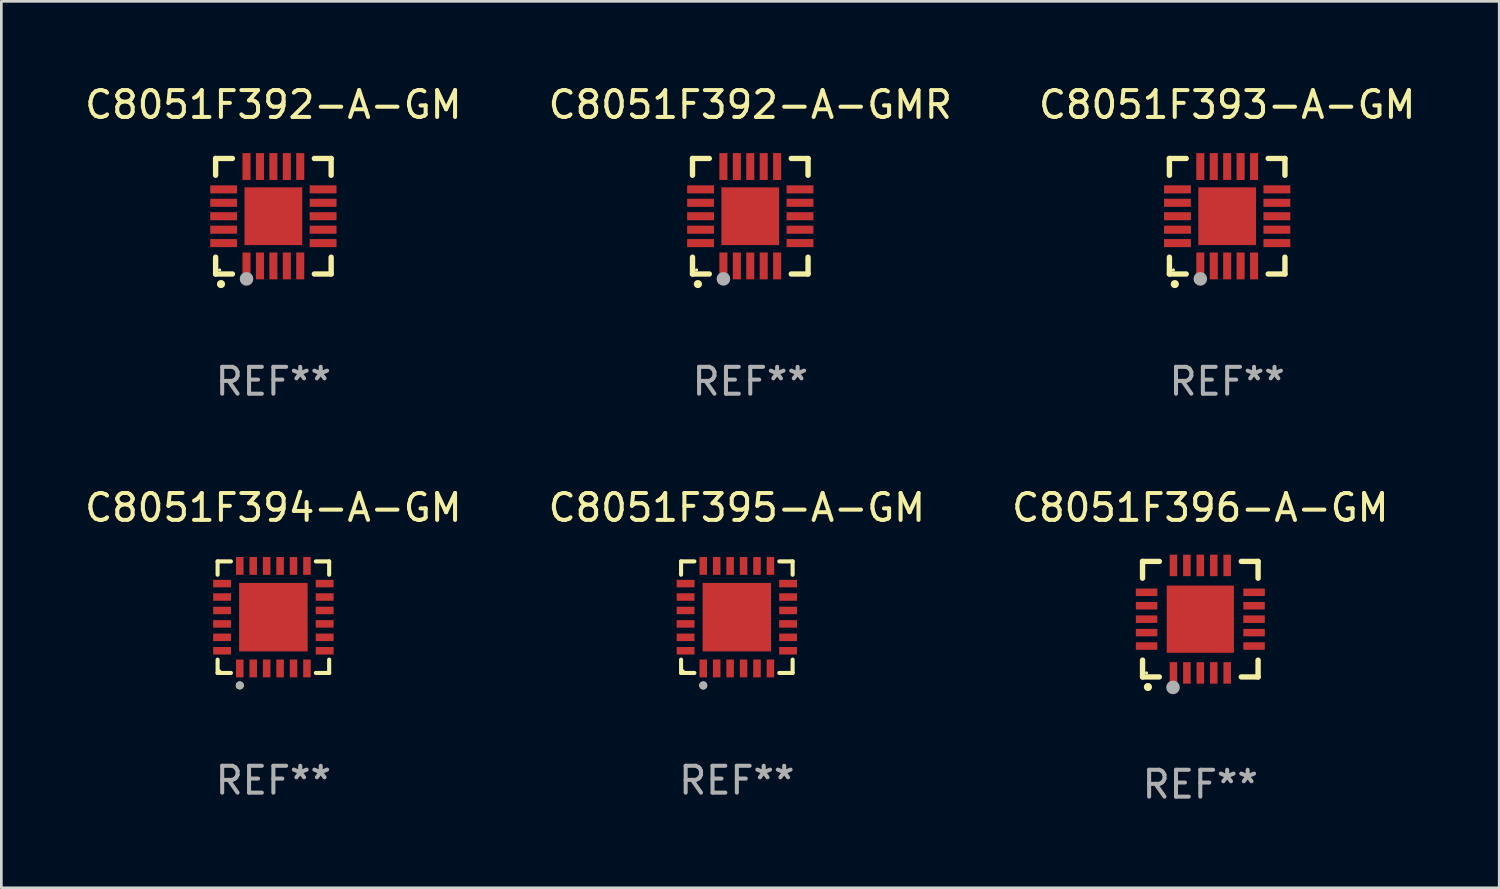
<source format=kicad_pcb>
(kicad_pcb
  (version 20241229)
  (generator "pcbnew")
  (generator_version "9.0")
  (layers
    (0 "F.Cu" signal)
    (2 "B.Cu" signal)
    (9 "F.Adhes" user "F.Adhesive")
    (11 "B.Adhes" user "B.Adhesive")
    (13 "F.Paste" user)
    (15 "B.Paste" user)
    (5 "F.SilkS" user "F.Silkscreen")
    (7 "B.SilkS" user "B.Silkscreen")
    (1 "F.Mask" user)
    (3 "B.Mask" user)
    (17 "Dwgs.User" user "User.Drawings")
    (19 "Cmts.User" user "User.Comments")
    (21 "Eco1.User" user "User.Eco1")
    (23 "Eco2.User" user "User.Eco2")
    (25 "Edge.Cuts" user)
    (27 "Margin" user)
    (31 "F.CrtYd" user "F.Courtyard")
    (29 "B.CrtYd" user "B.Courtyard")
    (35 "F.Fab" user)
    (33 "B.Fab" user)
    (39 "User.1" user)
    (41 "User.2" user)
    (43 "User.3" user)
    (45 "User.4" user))
  (footprint "C8051F395-A-GM"
    (layer "F.Cu")
    (at 24.375 19.921)
    (property "Reference" "C8051F395-A-GM" (at 0 -4.076 0) (layer "F.SilkS") (effects (font (size 1 1) (thickness 0.15))))
    (attr through_hole)
    (fp_line (start -2.076 -2.076) (end -1.58 -2.076) (stroke (width 0.152) (type solid)) (layer "F.SilkS"))
    (fp_line (start -2.076 -1.58) (end -2.076 -2.076) (stroke (width 0.152) (type solid)) (layer "F.SilkS"))
    (fp_line (start -2.076 1.58) (end -2.076 2.076) (stroke (width 0.152) (type solid)) (layer "F.SilkS"))
    (fp_line (start -2.076 2.076) (end -1.58 2.076) (stroke (width 0.152) (type solid)) (layer "F.SilkS"))
    (fp_line (start 2.076 -2.076) (end 1.58 -2.076) (stroke (width 0.152) (type solid)) (layer "F.SilkS"))
    (fp_line (start 2.076 -1.58) (end 2.076 -2.076) (stroke (width 0.152) (type solid)) (layer "F.SilkS"))
    (fp_line (start 2.076 1.58) (end 2.076 2.076) (stroke (width 0.152) (type solid)) (layer "F.SilkS"))
    (fp_line (start 2.076 2.076) (end 1.58 2.076) (stroke (width 0.152) (type solid)) (layer "F.SilkS"))
    (fp_circle (center -2 2) (end -1.97 2) (stroke (width 0.06) (type solid)) (fill no) (layer "F.SilkS"))
    (fp_circle (center -1.25 2.54) (end -1.175 2.54) (stroke (width 0.15) (type solid)) (fill no) (layer "F.SilkS"))
    (fp_circle (center -1.25 2.54) (end -1.175 2.54) (stroke (width 0.15) (type solid)) (fill no) (layer "F.Fab"))
    (fp_text user "REF**" (at 0 6.076 0) (layer "F.Fab") (effects (font (size 1 1) (thickness 0.15))))
    (pad "1" smd rect (at -1.25 1.908) (size 0.28 0.665) (layers "F.Cu" "F.Mask" "F.Paste"))
    (pad "2" smd rect (at -0.75 1.908) (size 0.28 0.665) (layers "F.Cu" "F.Mask" "F.Paste"))
    (pad "3" smd rect (at -0.25 1.908) (size 0.28 0.665) (layers "F.Cu" "F.Mask" "F.Paste"))
    (pad "4" smd rect (at 0.25 1.908) (size 0.28 0.665) (layers "F.Cu" "F.Mask" "F.Paste"))
    (pad "5" smd rect (at 0.75 1.908) (size 0.28 0.665) (layers "F.Cu" "F.Mask" "F.Paste"))
    (pad "6" smd rect (at 1.25 1.908) (size 0.28 0.665) (layers "F.Cu" "F.Mask" "F.Paste"))
    (pad "7" smd rect (at 1.908 1.25) (size 0.665 0.28) (layers "F.Cu" "F.Mask" "F.Paste"))
    (pad "8" smd rect (at 1.908 0.75) (size 0.665 0.28) (layers "F.Cu" "F.Mask" "F.Paste"))
    (pad "9" smd rect (at 1.908 0.25) (size 0.665 0.28) (layers "F.Cu" "F.Mask" "F.Paste"))
    (pad "10" smd rect (at 1.908 -0.25) (size 0.665 0.28) (layers "F.Cu" "F.Mask" "F.Paste"))
    (pad "11" smd rect (at 1.908 -0.75) (size 0.665 0.28) (layers "F.Cu" "F.Mask" "F.Paste"))
    (pad "12" smd rect (at 1.908 -1.25) (size 0.665 0.28) (layers "F.Cu" "F.Mask" "F.Paste"))
    (pad "13" smd rect (at 1.25 -1.908) (size 0.28 0.665) (layers "F.Cu" "F.Mask" "F.Paste"))
    (pad "14" smd rect (at 0.75 -1.908) (size 0.28 0.665) (layers "F.Cu" "F.Mask" "F.Paste"))
    (pad "15" smd rect (at 0.25 -1.908) (size 0.28 0.665) (layers "F.Cu" "F.Mask" "F.Paste"))
    (pad "16" smd rect (at -0.25 -1.908) (size 0.28 0.665) (layers "F.Cu" "F.Mask" "F.Paste"))
    (pad "17" smd rect (at -0.75 -1.908) (size 0.28 0.665) (layers "F.Cu" "F.Mask" "F.Paste"))
    (pad "18" smd rect (at -1.25 -1.908) (size 0.28 0.665) (layers "F.Cu" "F.Mask" "F.Paste"))
    (pad "19" smd rect (at -1.908 -1.25) (size 0.665 0.28) (layers "F.Cu" "F.Mask" "F.Paste"))
    (pad "20" smd rect (at -1.908 -0.75) (size 0.665 0.28) (layers "F.Cu" "F.Mask" "F.Paste"))
    (pad "21" smd rect (at -1.908 -0.25) (size 0.665 0.28) (layers "F.Cu" "F.Mask" "F.Paste"))
    (pad "22" smd rect (at -1.908 0.25) (size 0.665 0.28) (layers "F.Cu" "F.Mask" "F.Paste"))
    (pad "23" smd rect (at -1.908 0.75) (size 0.665 0.28) (layers "F.Cu" "F.Mask" "F.Paste"))
    (pad "24" smd rect (at -1.908 1.25) (size 0.665 0.28) (layers "F.Cu" "F.Mask" "F.Paste"))
    (pad "25" smd rect (at 0 0) (size 2.55 2.55) (layers "F.Cu" "F.Mask" "F.Paste")))
  (footprint "C8051F392-A-GM"
    (layer "F.Cu")
    (at 7.125 4.998)
    (property "Reference" "C8051F392-A-GM" (at 0 -4.15 0) (layer "F.SilkS") (effects (font (size 1 1) (thickness 0.15))))
    (attr through_hole)
    (fp_line (start -2.15 -2.15) (end -2.15 -1.525) (stroke (width 0.2) (type solid)) (layer "F.SilkS"))
    (fp_line (start -2.15 2.15) (end -2.15 1.525) (stroke (width 0.2) (type solid)) (layer "F.SilkS"))
    (fp_line (start -1.525 -2.15) (end -2.15 -2.15) (stroke (width 0.2) (type solid)) (layer "F.SilkS"))
    (fp_line (start -1.525 2.15) (end -2.15 2.15) (stroke (width 0.2) (type solid)) (layer "F.SilkS"))
    (fp_line (start 1.525 2.15) (end 2.15 2.15) (stroke (width 0.2) (type solid)) (layer "F.SilkS"))
    (fp_line (start 2.15 -2.15) (end 1.525 -2.15) (stroke (width 0.2) (type solid)) (layer "F.SilkS"))
    (fp_line (start 2.15 -1.525) (end 2.15 -2.15) (stroke (width 0.2) (type solid)) (layer "F.SilkS"))
    (fp_line (start 2.15 2.15) (end 2.15 1.525) (stroke (width 0.2) (type solid)) (layer "F.SilkS"))
    (fp_arc (start -1.950724 2.524765) (mid -1.949454 2.52476) (end -1.948184 2.524765) (stroke (width 0.3) (type solid)) (layer "F.SilkS"))
    (fp_circle (center -2 2) (end -1.97 2) (stroke (width 0.06) (type solid)) (fill no) (layer "F.SilkS"))
    (fp_circle (center -1 2.332) (end -0.873 2.332) (stroke (width 0.254) (type solid)) (fill no) (layer "F.Fab"))
    (fp_text user "REF**" (at 0 6.15 0) (layer "F.Fab") (effects (font (size 1 1) (thickness 0.15))))
    (pad "1" smd rect (at -1 1.85 180) (size 0.3 1) (layers "F.Cu" "F.Mask" "F.Paste"))
    (pad "2" smd rect (at -0.5 1.85 180) (size 0.3 1) (layers "F.Cu" "F.Mask" "F.Paste"))
    (pad "3" smd rect (at 0 1.85 180) (size 0.3 1) (layers "F.Cu" "F.Mask" "F.Paste"))
    (pad "4" smd rect (at 0.5 1.85 180) (size 0.3 1) (layers "F.Cu" "F.Mask" "F.Paste"))
    (pad "5" smd rect (at 1 1.85 180) (size 0.3 1) (layers "F.Cu" "F.Mask" "F.Paste"))
    (pad "6" smd rect (at 1.85 1 90) (size 0.3 1) (layers "F.Cu" "F.Mask" "F.Paste"))
    (pad "7" smd rect (at 1.85 0.5 90) (size 0.3 1) (layers "F.Cu" "F.Mask" "F.Paste"))
    (pad "8" smd rect (at 1.85 0 90) (size 0.3 1) (layers "F.Cu" "F.Mask" "F.Paste"))
    (pad "9" smd rect (at 1.85 -0.5 90) (size 0.3 1) (layers "F.Cu" "F.Mask" "F.Paste"))
    (pad "10" smd rect (at 1.85 -1 90) (size 0.3 1) (layers "F.Cu" "F.Mask" "F.Paste"))
    (pad "11" smd rect (at 1 -1.85 180) (size 0.3 1) (layers "F.Cu" "F.Mask" "F.Paste"))
    (pad "12" smd rect (at 0.5 -1.85 180) (size 0.3 1) (layers "F.Cu" "F.Mask" "F.Paste"))
    (pad "13" smd rect (at 0 -1.85 180) (size 0.3 1) (layers "F.Cu" "F.Mask" "F.Paste"))
    (pad "14" smd rect (at -0.5 -1.85 180) (size 0.3 1) (layers "F.Cu" "F.Mask" "F.Paste"))
    (pad "15" smd rect (at -1 -1.85 180) (size 0.3 1) (layers "F.Cu" "F.Mask" "F.Paste"))
    (pad "16" smd rect (at -1.85 -1 90) (size 0.3 1) (layers "F.Cu" "F.Mask" "F.Paste"))
    (pad "17" smd rect (at -1.85 -0.5 90) (size 0.3 1) (layers "F.Cu" "F.Mask" "F.Paste"))
    (pad "18" smd rect (at -1.85 0 90) (size 0.3 1) (layers "F.Cu" "F.Mask" "F.Paste"))
    (pad "19" smd rect (at -1.85 0.5 90) (size 0.3 1) (layers "F.Cu" "F.Mask" "F.Paste"))
    (pad "20" smd rect (at -1.85 1 90) (size 0.3 1) (layers "F.Cu" "F.Mask" "F.Paste"))
    (pad "21" smd rect (at 0 0 90) (size 2.15 2.15) (layers "F.Cu" "F.Mask" "F.Paste")))
  (footprint "C8051F396-A-GM"
    (layer "F.Cu")
    (at 41.625 19.995)
    (property "Reference" "C8051F396-A-GM" (at 0 -4.15 0) (layer "F.SilkS") (effects (font (size 1 1) (thickness 0.15))))
    (attr through_hole)
    (fp_line (start -2.15 -2.15) (end -2.15 -1.525) (stroke (width 0.2) (type solid)) (layer "F.SilkS"))
    (fp_line (start -2.15 2.15) (end -2.15 1.525) (stroke (width 0.2) (type solid)) (layer "F.SilkS"))
    (fp_line (start -1.525 -2.15) (end -2.15 -2.15) (stroke (width 0.2) (type solid)) (layer "F.SilkS"))
    (fp_line (start -1.525 2.15) (end -2.15 2.15) (stroke (width 0.2) (type solid)) (layer "F.SilkS"))
    (fp_line (start 1.525 2.15) (end 2.15 2.15) (stroke (width 0.2) (type solid)) (layer "F.SilkS"))
    (fp_line (start 2.15 -2.15) (end 1.525 -2.15) (stroke (width 0.2) (type solid)) (layer "F.SilkS"))
    (fp_line (start 2.15 -1.525) (end 2.15 -2.15) (stroke (width 0.2) (type solid)) (layer "F.SilkS"))
    (fp_line (start 2.15 2.15) (end 2.15 1.525) (stroke (width 0.2) (type solid)) (layer "F.SilkS"))
    (fp_arc (start -1.950724 2.524765) (mid -1.949454 2.52476) (end -1.948184 2.524765) (stroke (width 0.3) (type solid)) (layer "F.SilkS"))
    (fp_circle (center -2 2) (end -1.97 2) (stroke (width 0.06) (type solid)) (fill no) (layer "F.SilkS"))
    (fp_circle (center -1.016 2.54) (end -0.889 2.54) (stroke (width 0.254) (type solid)) (fill no) (layer "F.Fab"))
    (fp_text user "REF**" (at 0 6.15 0) (layer "F.Fab") (effects (font (size 1 1) (thickness 0.15))))
    (pad "1" smd rect (at -1 2) (size 0.28 0.8) (layers "F.Cu" "F.Mask" "F.Paste"))
    (pad "2" smd rect (at -0.5 2) (size 0.28 0.8) (layers "F.Cu" "F.Mask" "F.Paste"))
    (pad "3" smd rect (at 0 2) (size 0.28 0.8) (layers "F.Cu" "F.Mask" "F.Paste"))
    (pad "4" smd rect (at 0.5 2) (size 0.28 0.8) (layers "F.Cu" "F.Mask" "F.Paste"))
    (pad "5" smd rect (at 1 2) (size 0.28 0.8) (layers "F.Cu" "F.Mask" "F.Paste"))
    (pad "6" smd rect (at 2 1) (size 0.8 0.28) (layers "F.Cu" "F.Mask" "F.Paste"))
    (pad "7" smd rect (at 2 0.5) (size 0.8 0.28) (layers "F.Cu" "F.Mask" "F.Paste"))
    (pad "8" smd rect (at 2 0) (size 0.8 0.28) (layers "F.Cu" "F.Mask" "F.Paste"))
    (pad "9" smd rect (at 2 -0.5) (size 0.8 0.28) (layers "F.Cu" "F.Mask" "F.Paste"))
    (pad "10" smd rect (at 2 -1) (size 0.8 0.28) (layers "F.Cu" "F.Mask" "F.Paste"))
    (pad "11" smd rect (at 1 -2) (size 0.28 0.8) (layers "F.Cu" "F.Mask" "F.Paste"))
    (pad "12" smd rect (at 0.5 -2) (size 0.28 0.8) (layers "F.Cu" "F.Mask" "F.Paste"))
    (pad "13" smd rect (at 0 -2) (size 0.28 0.8) (layers "F.Cu" "F.Mask" "F.Paste"))
    (pad "14" smd rect (at -0.5 -2) (size 0.28 0.8) (layers "F.Cu" "F.Mask" "F.Paste"))
    (pad "15" smd rect (at -1 -2) (size 0.28 0.8) (layers "F.Cu" "F.Mask" "F.Paste"))
    (pad "16" smd rect (at -2 -1) (size 0.8 0.28) (layers "F.Cu" "F.Mask" "F.Paste"))
    (pad "17" smd rect (at -2 -0.5) (size 0.8 0.28) (layers "F.Cu" "F.Mask" "F.Paste"))
    (pad "18" smd rect (at -2 0) (size 0.8 0.28) (layers "F.Cu" "F.Mask" "F.Paste"))
    (pad "19" smd rect (at -2 0.5) (size 0.8 0.28) (layers "F.Cu" "F.Mask" "F.Paste"))
    (pad "20" smd rect (at -2 1) (size 0.8 0.28) (layers "F.Cu" "F.Mask" "F.Paste"))
    (pad "21" smd rect (at 0 0) (size 2.5 2.5) (layers "F.Cu" "F.Mask" "F.Paste")))
  (footprint "C8051F394-A-GM"
    (layer "F.Cu")
    (at 7.125 19.921)
    (property "Reference" "C8051F394-A-GM" (at 0 -4.076 0) (layer "F.SilkS") (effects (font (size 1 1) (thickness 0.15))))
    (attr through_hole)
    (fp_line (start -2.076 -2.076) (end -1.58 -2.076) (stroke (width 0.152) (type solid)) (layer "F.SilkS"))
    (fp_line (start -2.076 -1.58) (end -2.076 -2.076) (stroke (width 0.152) (type solid)) (layer "F.SilkS"))
    (fp_line (start -2.076 1.58) (end -2.076 2.076) (stroke (width 0.152) (type solid)) (layer "F.SilkS"))
    (fp_line (start -2.076 2.076) (end -1.58 2.076) (stroke (width 0.152) (type solid)) (layer "F.SilkS"))
    (fp_line (start 2.076 -2.076) (end 1.58 -2.076) (stroke (width 0.152) (type solid)) (layer "F.SilkS"))
    (fp_line (start 2.076 -1.58) (end 2.076 -2.076) (stroke (width 0.152) (type solid)) (layer "F.SilkS"))
    (fp_line (start 2.076 1.58) (end 2.076 2.076) (stroke (width 0.152) (type solid)) (layer "F.SilkS"))
    (fp_line (start 2.076 2.076) (end 1.58 2.076) (stroke (width 0.152) (type solid)) (layer "F.SilkS"))
    (fp_circle (center -2 2) (end -1.97 2) (stroke (width 0.06) (type solid)) (fill no) (layer "F.SilkS"))
    (fp_circle (center -1.25 2.54) (end -1.175 2.54) (stroke (width 0.15) (type solid)) (fill no) (layer "F.SilkS"))
    (fp_circle (center -1.25 2.54) (end -1.175 2.54) (stroke (width 0.15) (type solid)) (fill no) (layer "F.Fab"))
    (fp_text user "REF**" (at 0 6.076 0) (layer "F.Fab") (effects (font (size 1 1) (thickness 0.15))))
    (pad "1" smd rect (at -1.25 1.908) (size 0.28 0.665) (layers "F.Cu" "F.Mask" "F.Paste"))
    (pad "2" smd rect (at -0.75 1.908) (size 0.28 0.665) (layers "F.Cu" "F.Mask" "F.Paste"))
    (pad "3" smd rect (at -0.25 1.908) (size 0.28 0.665) (layers "F.Cu" "F.Mask" "F.Paste"))
    (pad "4" smd rect (at 0.25 1.908) (size 0.28 0.665) (layers "F.Cu" "F.Mask" "F.Paste"))
    (pad "5" smd rect (at 0.75 1.908) (size 0.28 0.665) (layers "F.Cu" "F.Mask" "F.Paste"))
    (pad "6" smd rect (at 1.25 1.908) (size 0.28 0.665) (layers "F.Cu" "F.Mask" "F.Paste"))
    (pad "7" smd rect (at 1.908 1.25) (size 0.665 0.28) (layers "F.Cu" "F.Mask" "F.Paste"))
    (pad "8" smd rect (at 1.908 0.75) (size 0.665 0.28) (layers "F.Cu" "F.Mask" "F.Paste"))
    (pad "9" smd rect (at 1.908 0.25) (size 0.665 0.28) (layers "F.Cu" "F.Mask" "F.Paste"))
    (pad "10" smd rect (at 1.908 -0.25) (size 0.665 0.28) (layers "F.Cu" "F.Mask" "F.Paste"))
    (pad "11" smd rect (at 1.908 -0.75) (size 0.665 0.28) (layers "F.Cu" "F.Mask" "F.Paste"))
    (pad "12" smd rect (at 1.908 -1.25) (size 0.665 0.28) (layers "F.Cu" "F.Mask" "F.Paste"))
    (pad "13" smd rect (at 1.25 -1.908) (size 0.28 0.665) (layers "F.Cu" "F.Mask" "F.Paste"))
    (pad "14" smd rect (at 0.75 -1.908) (size 0.28 0.665) (layers "F.Cu" "F.Mask" "F.Paste"))
    (pad "15" smd rect (at 0.25 -1.908) (size 0.28 0.665) (layers "F.Cu" "F.Mask" "F.Paste"))
    (pad "16" smd rect (at -0.25 -1.908) (size 0.28 0.665) (layers "F.Cu" "F.Mask" "F.Paste"))
    (pad "17" smd rect (at -0.75 -1.908) (size 0.28 0.665) (layers "F.Cu" "F.Mask" "F.Paste"))
    (pad "18" smd rect (at -1.25 -1.908) (size 0.28 0.665) (layers "F.Cu" "F.Mask" "F.Paste"))
    (pad "19" smd rect (at -1.908 -1.25) (size 0.665 0.28) (layers "F.Cu" "F.Mask" "F.Paste"))
    (pad "20" smd rect (at -1.908 -0.75) (size 0.665 0.28) (layers "F.Cu" "F.Mask" "F.Paste"))
    (pad "21" smd rect (at -1.908 -0.25) (size 0.665 0.28) (layers "F.Cu" "F.Mask" "F.Paste"))
    (pad "22" smd rect (at -1.908 0.25) (size 0.665 0.28) (layers "F.Cu" "F.Mask" "F.Paste"))
    (pad "23" smd rect (at -1.908 0.75) (size 0.665 0.28) (layers "F.Cu" "F.Mask" "F.Paste"))
    (pad "24" smd rect (at -1.908 1.25) (size 0.665 0.28) (layers "F.Cu" "F.Mask" "F.Paste"))
    (pad "25" smd rect (at 0 0) (size 2.55 2.55) (layers "F.Cu" "F.Mask" "F.Paste")))
  (footprint "C8051F393-A-GM"
    (layer "F.Cu")
    (at 42.625 4.998)
    (property "Reference" "C8051F393-A-GM" (at 0 -4.15 0) (layer "F.SilkS") (effects (font (size 1 1) (thickness 0.15))))
    (attr through_hole)
    (fp_line (start -2.15 -2.15) (end -2.15 -1.525) (stroke (width 0.2) (type solid)) (layer "F.SilkS"))
    (fp_line (start -2.15 2.15) (end -2.15 1.525) (stroke (width 0.2) (type solid)) (layer "F.SilkS"))
    (fp_line (start -1.525 -2.15) (end -2.15 -2.15) (stroke (width 0.2) (type solid)) (layer "F.SilkS"))
    (fp_line (start -1.525 2.15) (end -2.15 2.15) (stroke (width 0.2) (type solid)) (layer "F.SilkS"))
    (fp_line (start 1.525 2.15) (end 2.15 2.15) (stroke (width 0.2) (type solid)) (layer "F.SilkS"))
    (fp_line (start 2.15 -2.15) (end 1.525 -2.15) (stroke (width 0.2) (type solid)) (layer "F.SilkS"))
    (fp_line (start 2.15 -1.525) (end 2.15 -2.15) (stroke (width 0.2) (type solid)) (layer "F.SilkS"))
    (fp_line (start 2.15 2.15) (end 2.15 1.525) (stroke (width 0.2) (type solid)) (layer "F.SilkS"))
    (fp_arc (start -1.950724 2.524765) (mid -1.949454 2.52476) (end -1.948184 2.524765) (stroke (width 0.3) (type solid)) (layer "F.SilkS"))
    (fp_circle (center -2 2) (end -1.97 2) (stroke (width 0.06) (type solid)) (fill no) (layer "F.SilkS"))
    (fp_circle (center -1 2.332) (end -0.873 2.332) (stroke (width 0.254) (type solid)) (fill no) (layer "F.Fab"))
    (fp_text user "REF**" (at 0 6.15 0) (layer "F.Fab") (effects (font (size 1 1) (thickness 0.15))))
    (pad "1" smd rect (at -1 1.85 180) (size 0.3 1) (layers "F.Cu" "F.Mask" "F.Paste"))
    (pad "2" smd rect (at -0.5 1.85 180) (size 0.3 1) (layers "F.Cu" "F.Mask" "F.Paste"))
    (pad "3" smd rect (at 0 1.85 180) (size 0.3 1) (layers "F.Cu" "F.Mask" "F.Paste"))
    (pad "4" smd rect (at 0.5 1.85 180) (size 0.3 1) (layers "F.Cu" "F.Mask" "F.Paste"))
    (pad "5" smd rect (at 1 1.85 180) (size 0.3 1) (layers "F.Cu" "F.Mask" "F.Paste"))
    (pad "6" smd rect (at 1.85 1 90) (size 0.3 1) (layers "F.Cu" "F.Mask" "F.Paste"))
    (pad "7" smd rect (at 1.85 0.5 90) (size 0.3 1) (layers "F.Cu" "F.Mask" "F.Paste"))
    (pad "8" smd rect (at 1.85 0 90) (size 0.3 1) (layers "F.Cu" "F.Mask" "F.Paste"))
    (pad "9" smd rect (at 1.85 -0.5 90) (size 0.3 1) (layers "F.Cu" "F.Mask" "F.Paste"))
    (pad "10" smd rect (at 1.85 -1 90) (size 0.3 1) (layers "F.Cu" "F.Mask" "F.Paste"))
    (pad "11" smd rect (at 1 -1.85 180) (size 0.3 1) (layers "F.Cu" "F.Mask" "F.Paste"))
    (pad "12" smd rect (at 0.5 -1.85 180) (size 0.3 1) (layers "F.Cu" "F.Mask" "F.Paste"))
    (pad "13" smd rect (at 0 -1.85 180) (size 0.3 1) (layers "F.Cu" "F.Mask" "F.Paste"))
    (pad "14" smd rect (at -0.5 -1.85 180) (size 0.3 1) (layers "F.Cu" "F.Mask" "F.Paste"))
    (pad "15" smd rect (at -1 -1.85 180) (size 0.3 1) (layers "F.Cu" "F.Mask" "F.Paste"))
    (pad "16" smd rect (at -1.85 -1 90) (size 0.3 1) (layers "F.Cu" "F.Mask" "F.Paste"))
    (pad "17" smd rect (at -1.85 -0.5 90) (size 0.3 1) (layers "F.Cu" "F.Mask" "F.Paste"))
    (pad "18" smd rect (at -1.85 0 90) (size 0.3 1) (layers "F.Cu" "F.Mask" "F.Paste"))
    (pad "19" smd rect (at -1.85 0.5 90) (size 0.3 1) (layers "F.Cu" "F.Mask" "F.Paste"))
    (pad "20" smd rect (at -1.85 1 90) (size 0.3 1) (layers "F.Cu" "F.Mask" "F.Paste"))
    (pad "21" smd rect (at 0 0 90) (size 2.15 2.15) (layers "F.Cu" "F.Mask" "F.Paste")))
  (footprint "C8051F392-A-GMR"
    (layer "F.Cu")
    (at 24.875 4.998)
    (property "Reference" "C8051F392-A-GMR" (at 0 -4.15 0) (layer "F.SilkS") (effects (font (size 1 1) (thickness 0.15))))
    (attr through_hole)
    (fp_line (start -2.15 -2.15) (end -2.15 -1.525) (stroke (width 0.2) (type solid)) (layer "F.SilkS"))
    (fp_line (start -2.15 2.15) (end -2.15 1.525) (stroke (width 0.2) (type solid)) (layer "F.SilkS"))
    (fp_line (start -1.525 -2.15) (end -2.15 -2.15) (stroke (width 0.2) (type solid)) (layer "F.SilkS"))
    (fp_line (start -1.525 2.15) (end -2.15 2.15) (stroke (width 0.2) (type solid)) (layer "F.SilkS"))
    (fp_line (start 1.525 2.15) (end 2.15 2.15) (stroke (width 0.2) (type solid)) (layer "F.SilkS"))
    (fp_line (start 2.15 -2.15) (end 1.525 -2.15) (stroke (width 0.2) (type solid)) (layer "F.SilkS"))
    (fp_line (start 2.15 -1.525) (end 2.15 -2.15) (stroke (width 0.2) (type solid)) (layer "F.SilkS"))
    (fp_line (start 2.15 2.15) (end 2.15 1.525) (stroke (width 0.2) (type solid)) (layer "F.SilkS"))
    (fp_arc (start -1.950724 2.524765) (mid -1.949454 2.52476) (end -1.948184 2.524765) (stroke (width 0.3) (type solid)) (layer "F.SilkS"))
    (fp_circle (center -2 2) (end -1.97 2) (stroke (width 0.06) (type solid)) (fill no) (layer "F.SilkS"))
    (fp_circle (center -1 2.332) (end -0.873 2.332) (stroke (width 0.254) (type solid)) (fill no) (layer "F.Fab"))
    (fp_text user "REF**" (at 0 6.15 0) (layer "F.Fab") (effects (font (size 1 1) (thickness 0.15))))
    (pad "1" smd rect (at -1 1.85 180) (size 0.3 1) (layers "F.Cu" "F.Mask" "F.Paste"))
    (pad "2" smd rect (at -0.5 1.85 180) (size 0.3 1) (layers "F.Cu" "F.Mask" "F.Paste"))
    (pad "3" smd rect (at 0 1.85 180) (size 0.3 1) (layers "F.Cu" "F.Mask" "F.Paste"))
    (pad "4" smd rect (at 0.5 1.85 180) (size 0.3 1) (layers "F.Cu" "F.Mask" "F.Paste"))
    (pad "5" smd rect (at 1 1.85 180) (size 0.3 1) (layers "F.Cu" "F.Mask" "F.Paste"))
    (pad "6" smd rect (at 1.85 1 90) (size 0.3 1) (layers "F.Cu" "F.Mask" "F.Paste"))
    (pad "7" smd rect (at 1.85 0.5 90) (size 0.3 1) (layers "F.Cu" "F.Mask" "F.Paste"))
    (pad "8" smd rect (at 1.85 0 90) (size 0.3 1) (layers "F.Cu" "F.Mask" "F.Paste"))
    (pad "9" smd rect (at 1.85 -0.5 90) (size 0.3 1) (layers "F.Cu" "F.Mask" "F.Paste"))
    (pad "10" smd rect (at 1.85 -1 90) (size 0.3 1) (layers "F.Cu" "F.Mask" "F.Paste"))
    (pad "11" smd rect (at 1 -1.85 180) (size 0.3 1) (layers "F.Cu" "F.Mask" "F.Paste"))
    (pad "12" smd rect (at 0.5 -1.85 180) (size 0.3 1) (layers "F.Cu" "F.Mask" "F.Paste"))
    (pad "13" smd rect (at 0 -1.85 180) (size 0.3 1) (layers "F.Cu" "F.Mask" "F.Paste"))
    (pad "14" smd rect (at -0.5 -1.85 180) (size 0.3 1) (layers "F.Cu" "F.Mask" "F.Paste"))
    (pad "15" smd rect (at -1 -1.85 180) (size 0.3 1) (layers "F.Cu" "F.Mask" "F.Paste"))
    (pad "16" smd rect (at -1.85 -1 90) (size 0.3 1) (layers "F.Cu" "F.Mask" "F.Paste"))
    (pad "17" smd rect (at -1.85 -0.5 90) (size 0.3 1) (layers "F.Cu" "F.Mask" "F.Paste"))
    (pad "18" smd rect (at -1.85 0 90) (size 0.3 1) (layers "F.Cu" "F.Mask" "F.Paste"))
    (pad "19" smd rect (at -1.85 0.5 90) (size 0.3 1) (layers "F.Cu" "F.Mask" "F.Paste"))
    (pad "20" smd rect (at -1.85 1 90) (size 0.3 1) (layers "F.Cu" "F.Mask" "F.Paste"))
    (pad "21" smd rect (at 0 0 90) (size 2.15 2.15) (layers "F.Cu" "F.Mask" "F.Paste")))
  (gr_rect
    (start -3 -3)
    (end 52.75 29.993)
    (stroke (width 0.1) (type default))
    (fill no)
    (layer "Edge.Cuts")))
</source>
